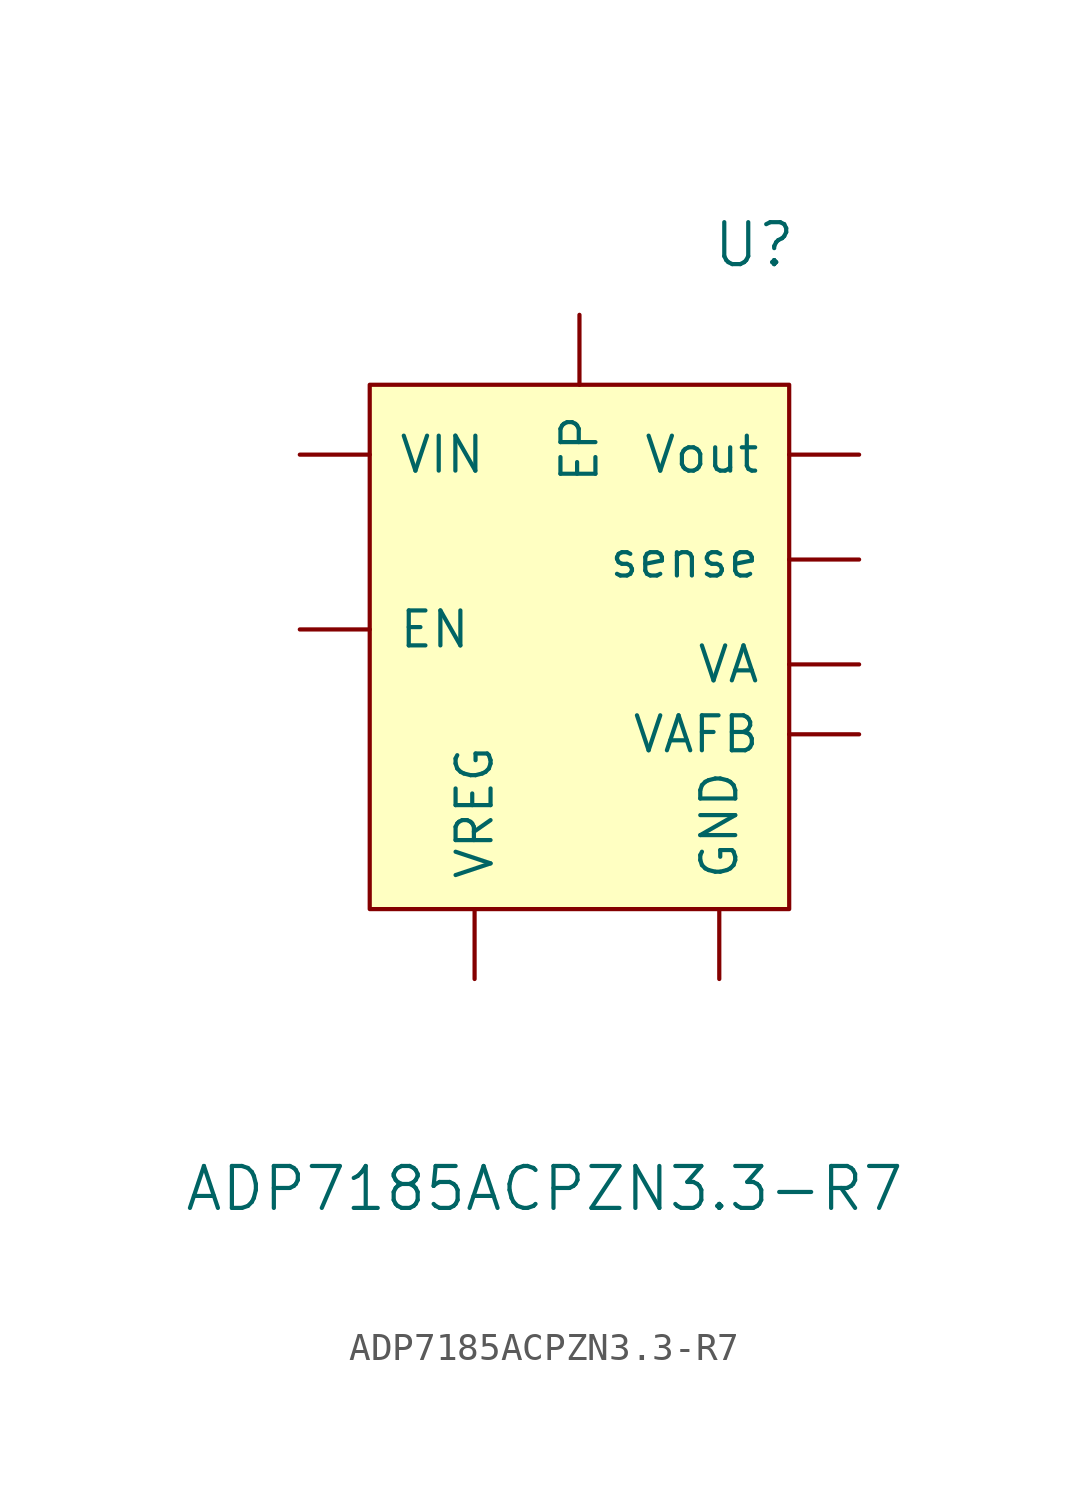
<source format=kicad_sym>
(kicad_symbol_lib
  (version 20220914)
  (generator kicad_symbol_editor)
  (symbol "ADP7185ACPZN3.3-R7"
    (pin_numbers hide)
    (pin_names
      (offset 1.016))
    (property "Reference" "U"
      (at 6.35 12.7 0)
      (effects (font (size 1.524 1.524))))
    (property "Value" "ADP7185ACPZN3.3-R7"
      (at -1.27 -21.59 0)
      (effects (font (size 1.524 1.524))))
    (symbol "ADP7185ACPZN3.3-R7_0_1"
      (rectangle (start -7.62 7.62) (end 7.62 -11.43) (stroke (width 0) (type default)) (fill (type background))))
    (symbol "ADP7185ACPZN3.3-R7_1_1"
      (pin output line (at 10.16 5.08 180) (length 2.54) (name "Vout" (effects (font (size 1.27 1.27)))) (number "1" (effects (font (size 1.27 1.27)))))
      (pin input line (at 10.16 1.27 180) (length 2.54) (name "sense" (effects (font (size 1.27 1.27)))) (number "2" (effects (font (size 1.27 1.27)))))
      (pin input line (at 10.16 -2.54 180) (length 2.54) (name "VA" (effects (font (size 1.27 1.27)))) (number "3" (effects (font (size 1.27 1.27)))))
      (pin output line (at 10.16 -5.08 180) (length 2.54) (name "VAFB" (effects (font (size 1.27 1.27)))) (number "4" (effects (font (size 1.27 1.27)))))
      (pin output line (at -10.16 -1.27 0) (length 2.54) (name "EN" (effects (font (size 1.27 1.27)))) (number "5" (effects (font (size 1.27 1.27)))))
      (pin output line (at 5.08 -13.97 90) (length 2.54) (name "GND" (effects (font (size 1.27 1.27)))) (number "6" (effects (font (size 1.27 1.27)))))
      (pin output line (at -3.81 -13.97 90) (length 2.54) (name "VREG" (effects (font (size 1.27 1.27)))) (number "7" (effects (font (size 1.27 1.27)))))
      (pin output line (at -10.16 5.08 0) (length 2.54) (name "VIN" (effects (font (size 1.27 1.27)))) (number "8" (effects (font (size 1.27 1.27)))))
      (pin input line (at 0 10.16 270) (length 2.54) (name "EP" (effects (font (size 1.27 1.27)))) (number "9" (effects (font (size 1.27 1.27))))))))
</source>
